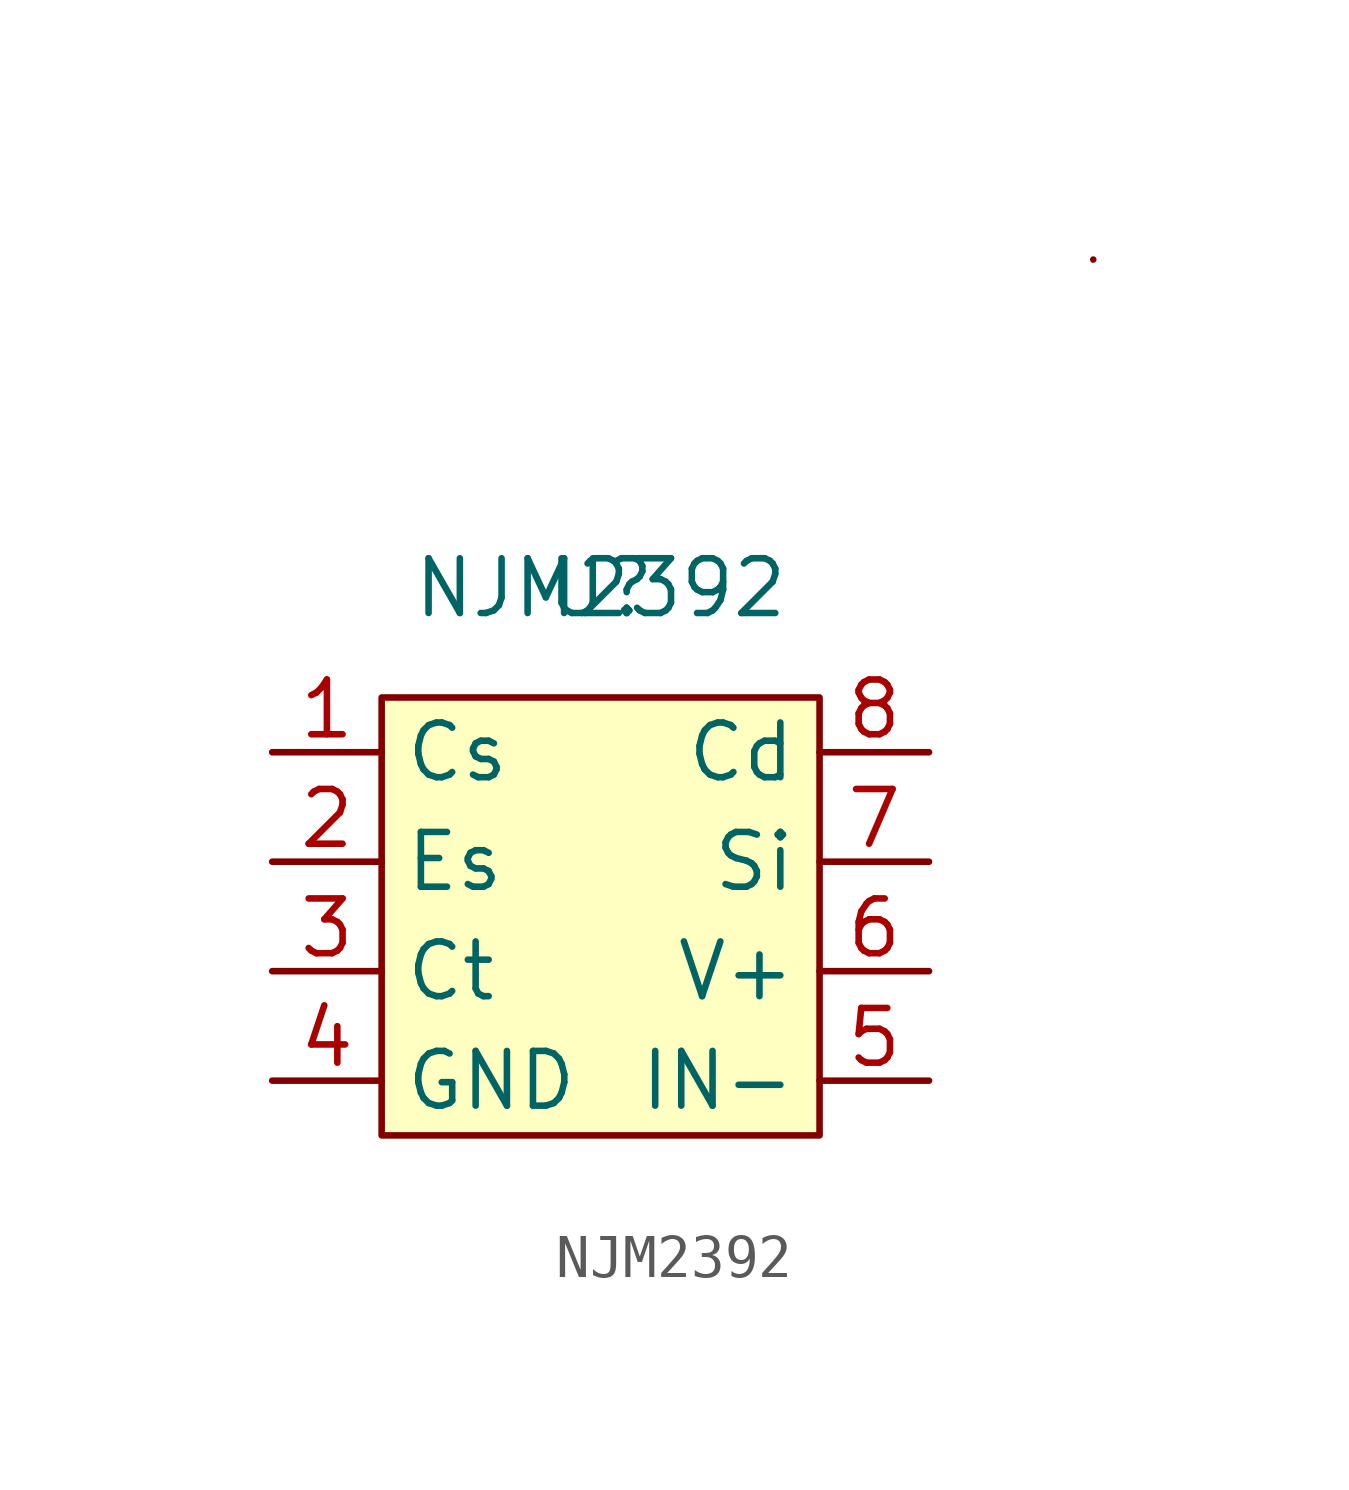
<source format=kicad_sym>
(kicad_symbol_lib
  (version 20211014)
  (generator kicad_symbol_editor)
  (symbol "NJM2392"
    (property "Reference" "U"
      (at 0 0 0)
      (effects (font (size 1.27 1.27))))
    (property "Value" "NJM2392"
      (at 0 0 0)
      (effects (font (size 1.27 1.27))))
    (symbol "NJM2392_0_1"
      (rectangle (start -5.08 -2.54) (end 5.08 -12.7) (stroke (width 0) (type default) (color 0 0 0 0)) (fill (type background)))
      (rectangle (start 11.43 7.62) (end 11.43 7.62) (stroke (width 0) (type default) (color 0 0 0 0)) (fill (type none))))
    (symbol "NJM2392_1_1"
      (pin output line (at -7.62 -3.81 0) (length 2.54) (name "Cs" (effects (font (size 1.27 1.27)))) (number "1" (effects (font (size 1.27 1.27)))))
      (pin output line (at -7.62 -6.35 0) (length 2.54) (name "Es" (effects (font (size 1.27 1.27)))) (number "2" (effects (font (size 1.27 1.27)))))
      (pin output line (at -7.62 -8.89 0) (length 2.54) (name "Ct" (effects (font (size 1.27 1.27)))) (number "3" (effects (font (size 1.27 1.27)))))
      (pin power_in line (at -7.62 -11.43 0) (length 2.54) (name "GND" (effects (font (size 1.27 1.27)))) (number "4" (effects (font (size 1.27 1.27)))))
      (pin input line (at 7.62 -11.43 180) (length 2.54) (name "IN-" (effects (font (size 1.27 1.27)))) (number "5" (effects (font (size 1.27 1.27)))))
      (pin input line (at 7.62 -8.89 180) (length 2.54) (name "V+" (effects (font (size 1.27 1.27)))) (number "6" (effects (font (size 1.27 1.27)))))
      (pin input line (at 7.62 -6.35 180) (length 2.54) (name "Si" (effects (font (size 1.27 1.27)))) (number "7" (effects (font (size 1.27 1.27)))))
      (pin power_in line (at 7.62 -3.81 180) (length 2.54) (name "Cd" (effects (font (size 1.27 1.27)))) (number "8" (effects (font (size 1.27 1.27))))))))
</source>
